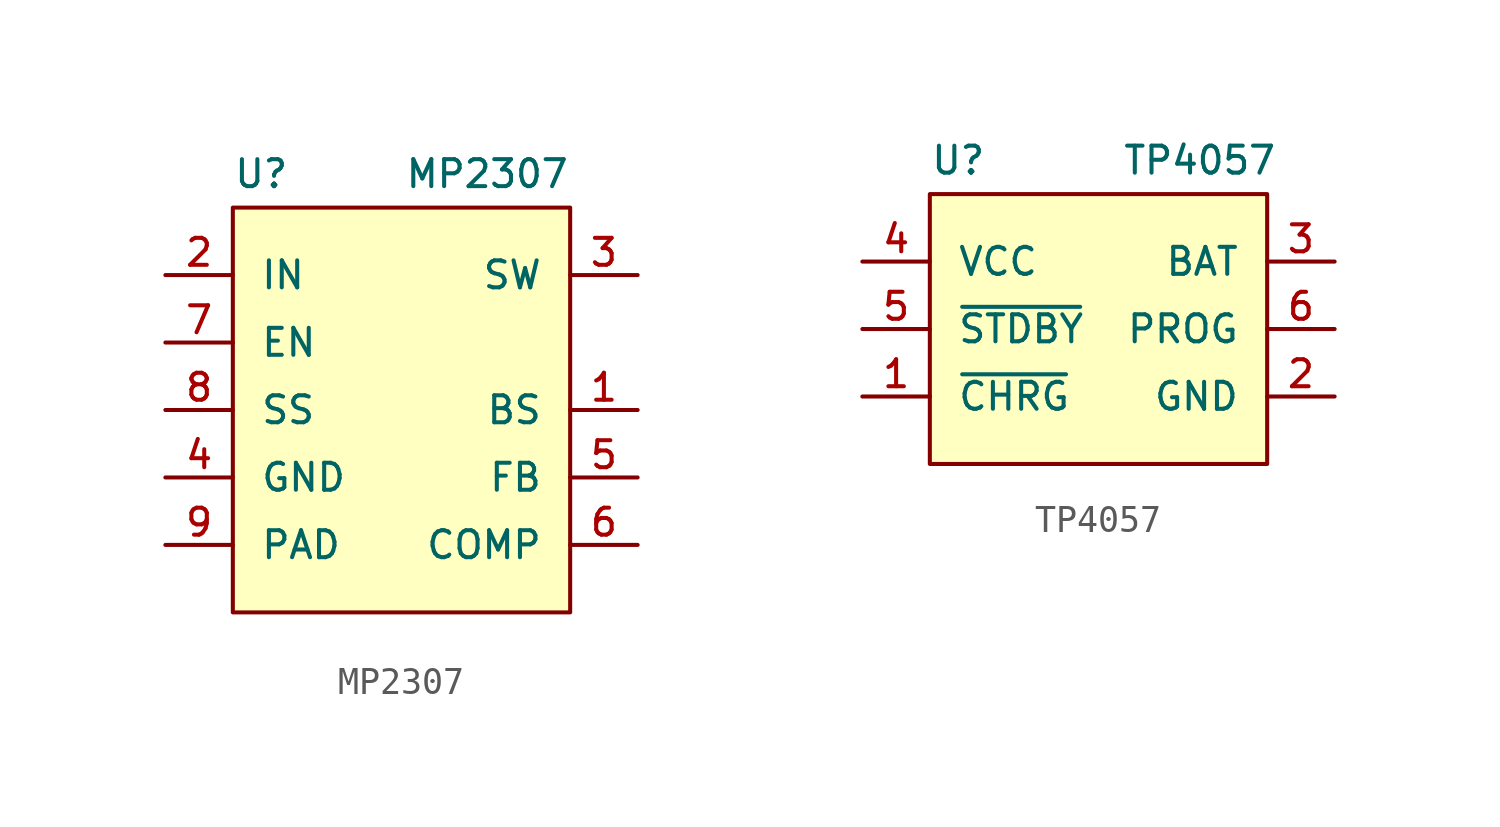
<source format=kicad_sym>
(kicad_symbol_lib
  (version 20211014)
  (generator kicad_symbol_editor)
  (symbol "MP2307"
    (pin_names
      (offset 1.016))
    (property "Reference" "U"
      (at -6.35 8.89 0)
      (effects (font (size 1.016 1.016)) (justify left)))
    (property "Value" "MP2307"
      (at 6.35 8.89 0)
      (effects (font (size 1.016 1.016)) (justify right)))
    (symbol "MP2307_0_1"
      (rectangle (start -6.35 7.62) (end 6.35 -7.62) (stroke (width 0) (type default) (color 0 0 0 0)) (fill (type background))))
    (symbol "MP2307_1_1"
      (pin passive line (at 8.89 0 180) (length 2.54) (name "BS" (effects (font (size 1.016 1.016)))) (number "1" (effects (font (size 1.016 1.016)))))
      (pin power_in line (at -8.89 5.08 0) (length 2.54) (name "IN" (effects (font (size 1.016 1.016)))) (number "2" (effects (font (size 1.016 1.016)))))
      (pin passive line (at 8.89 5.08 180) (length 2.54) (name "SW" (effects (font (size 1.016 1.016)))) (number "3" (effects (font (size 1.016 1.016)))))
      (pin power_in line (at -8.89 -2.54 0) (length 2.54) (name "GND" (effects (font (size 1.016 1.016)))) (number "4" (effects (font (size 1.016 1.016)))))
      (pin passive line (at 8.89 -2.54 180) (length 2.54) (name "FB" (effects (font (size 1.016 1.016)))) (number "5" (effects (font (size 1.016 1.016)))))
      (pin passive line (at 8.89 -5.08 180) (length 2.54) (name "COMP" (effects (font (size 1.016 1.016)))) (number "6" (effects (font (size 1.016 1.016)))))
      (pin input line (at -8.89 2.54 0) (length 2.54) (name "EN" (effects (font (size 1.016 1.016)))) (number "7" (effects (font (size 1.016 1.016)))))
      (pin passive line (at -8.89 0 0) (length 2.54) (name "SS" (effects (font (size 1.016 1.016)))) (number "8" (effects (font (size 1.016 1.016)))))
      (pin power_in line (at -8.89 -5.08 0) (length 2.54) (name "PAD" (effects (font (size 1.016 1.016)))) (number "9" (effects (font (size 1.016 1.016)))))))
  (symbol "TP4057"
    (pin_names
      (offset 1.016))
    (property "Reference" "U"
      (at -6.35 6.35 0)
      (effects (font (size 1.016 1.016)) (justify left)))
    (property "Value" "TP4057"
      (at 3.81 6.35 0)
      (effects (font (size 1.016 1.016))))
    (symbol "TP4057_0_1"
      (rectangle (start -6.35 5.08) (end 6.35 -5.08) (stroke (width 0) (type default) (color 0 0 0 0)) (fill (type background))))
    (symbol "TP4057_1_1"
      (pin open_collector line (at -8.89 -2.54 0) (length 2.54) (name "~{CHRG}" (effects (font (size 1.016 1.016)))) (number "1" (effects (font (size 1.016 1.016)))))
      (pin power_in line (at 8.89 -2.54 180) (length 2.54) (name "GND" (effects (font (size 1.016 1.016)))) (number "2" (effects (font (size 1.016 1.016)))))
      (pin power_out line (at 8.89 2.54 180) (length 2.54) (name "BAT" (effects (font (size 1.016 1.016)))) (number "3" (effects (font (size 1.016 1.016)))))
      (pin power_in line (at -8.89 2.54 0) (length 2.54) (name "VCC" (effects (font (size 1.016 1.016)))) (number "4" (effects (font (size 1.016 1.016)))))
      (pin open_collector line (at -8.89 0 0) (length 2.54) (name "~{STDBY}" (effects (font (size 1.016 1.016)))) (number "5" (effects (font (size 1.016 1.016)))))
      (pin passive line (at 8.89 0 180) (length 2.54) (name "PROG" (effects (font (size 1.016 1.016)))) (number "6" (effects (font (size 1.016 1.016))))))))
</source>
